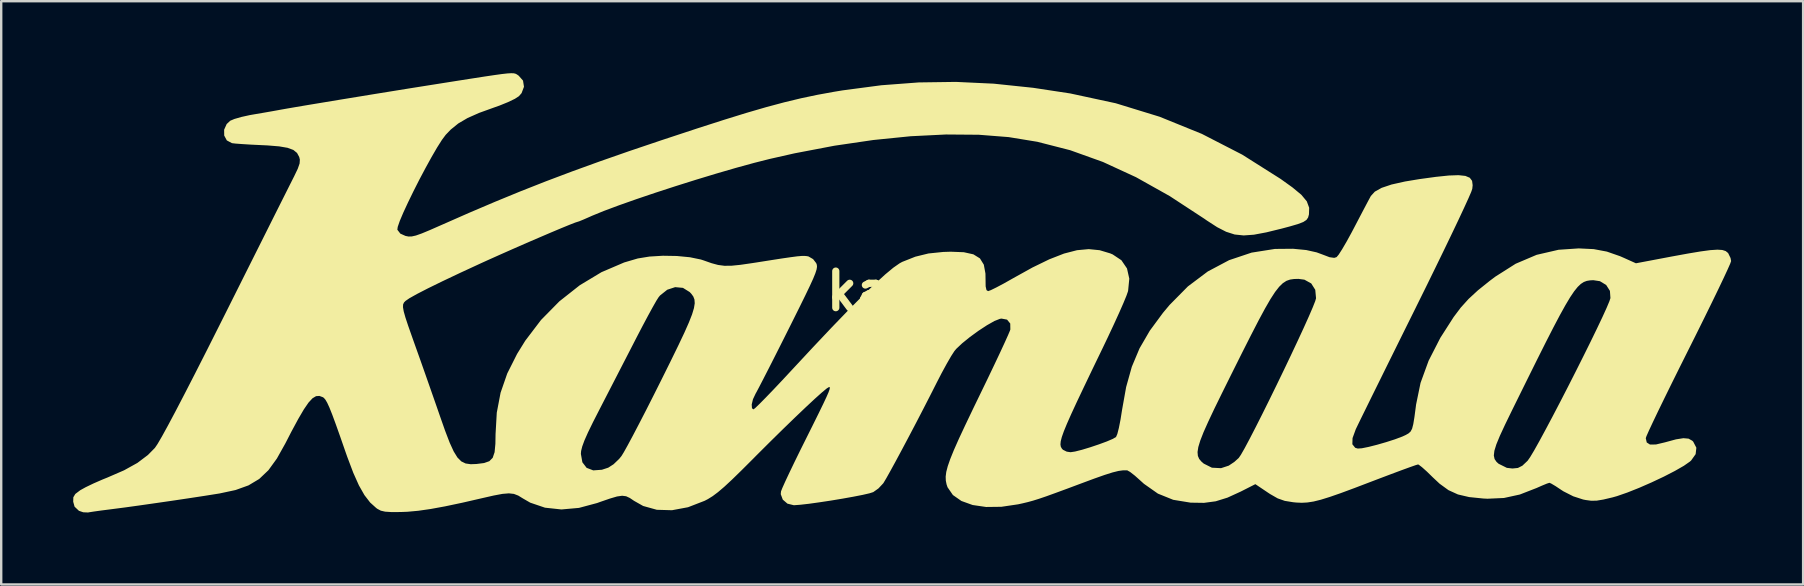
<source format=kicad_pcb>
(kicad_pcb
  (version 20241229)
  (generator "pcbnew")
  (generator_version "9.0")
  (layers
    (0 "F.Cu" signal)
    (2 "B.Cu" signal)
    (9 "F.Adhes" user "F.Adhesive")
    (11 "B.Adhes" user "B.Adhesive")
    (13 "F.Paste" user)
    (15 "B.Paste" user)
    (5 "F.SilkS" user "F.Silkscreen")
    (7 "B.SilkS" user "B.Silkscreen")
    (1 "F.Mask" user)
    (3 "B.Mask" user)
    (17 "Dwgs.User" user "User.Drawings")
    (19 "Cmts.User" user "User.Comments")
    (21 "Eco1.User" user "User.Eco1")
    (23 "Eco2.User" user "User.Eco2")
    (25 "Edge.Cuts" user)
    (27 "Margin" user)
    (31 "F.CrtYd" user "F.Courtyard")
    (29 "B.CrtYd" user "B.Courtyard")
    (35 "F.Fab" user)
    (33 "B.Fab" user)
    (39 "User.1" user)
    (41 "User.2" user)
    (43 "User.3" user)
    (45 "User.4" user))
  (footprint "kanda"
    (layer "F.Cu")
    (at 34.782 9.079)
    (property "Reference" "kanda" (at 0 0 0) (layer "F.SilkS") (effects (font (size 1.524 1.524) (thickness 0.3))))
    (attr board_only exclude_from_pos_files exclude_from_bom)
    (fp_poly (pts (xy -16.427 -9.075) (xy -16.356 -9.058) (xy -16.302 -9.031) (xy -16.25 -8.995) (xy -16.223 -8.976) (xy -16.042 -8.771) (xy -16.002 -8.514) (xy -16.102 -8.249) (xy -16.212 -8.122) (xy -16.381 -8.012) (xy -16.666 -7.875) (xy -17.02 -7.731) (xy -17.249 -7.65) (xy -17.869 -7.426) (xy -18.354 -7.211) (xy -18.739 -6.985) (xy -19.055 -6.729) (xy -19.264 -6.511) (xy -19.42 -6.301) (xy -19.621 -5.984) (xy -19.853 -5.585) (xy -20.103 -5.131) (xy -20.36 -4.647) (xy -20.608 -4.158) (xy -20.835 -3.691) (xy -21.029 -3.272) (xy -21.176 -2.925) (xy -21.262 -2.676) (xy -21.278 -2.558) (xy -21.153 -2.396) (xy -20.939 -2.3) (xy -20.813 -2.275) (xy -20.677 -2.278) (xy -20.503 -2.317) (xy -20.263 -2.402) (xy -19.928 -2.541) (xy -19.471 -2.742) (xy -19.434 -2.758) (xy -18.298 -3.258) (xy -17.213 -3.72) (xy -16.152 -4.156) (xy -15.089 -4.575) (xy -13.997 -4.987) (xy -12.849 -5.403) (xy -11.618 -5.833) (xy -10.279 -6.285) (xy -8.804 -6.772) (xy -8.73 -6.796) (xy -7.668 -7.137) (xy -6.737 -7.425) (xy -5.909 -7.666) (xy -5.157 -7.867) (xy -4.455 -8.036) (xy -3.775 -8.179) (xy -3.089 -8.304) (xy -2.727 -8.364) (xy -1.116 -8.577) (xy 0.445 -8.695) (xy 1.994 -8.717) (xy 3.57 -8.643) (xy 5.211 -8.471) (xy 6.756 -8.236) (xy 8.652 -7.827) (xy 10.482 -7.265) (xy 12.24 -6.551) (xy 13.922 -5.686) (xy 15.521 -4.675) (xy 16.016 -4.32) (xy 16.385 -4.014) (xy 16.612 -3.741) (xy 16.711 -3.473) (xy 16.702 -3.197) (xy 16.666 -3.066) (xy 16.597 -2.966) (xy 16.466 -2.88) (xy 16.246 -2.795) (xy 15.911 -2.697) (xy 15.566 -2.605) (xy 14.925 -2.448) (xy 14.409 -2.351) (xy 13.982 -2.32) (xy 13.607 -2.359) (xy 13.251 -2.473) (xy 12.877 -2.665) (xy 12.45 -2.941) (xy 12.341 -3.017) (xy 10.9 -3.96) (xy 9.498 -4.746) (xy 8.12 -5.381) (xy 6.754 -5.871) (xy 5.385 -6.222) (xy 4.191 -6.417) (xy 2.947 -6.515) (xy 1.579 -6.526) (xy 0.107 -6.453) (xy -1.449 -6.296) (xy -3.068 -6.058) (xy -4.73 -5.741) (xy -5.757 -5.509) (xy -6.417 -5.342) (xy -7.168 -5.136) (xy -7.983 -4.899) (xy -8.834 -4.641) (xy -9.695 -4.37) (xy -10.537 -4.096) (xy -11.332 -3.827) (xy -12.054 -3.572) (xy -12.675 -3.34) (xy -13.167 -3.139) (xy -13.274 -3.091) (xy -13.523 -2.982) (xy -13.704 -2.908) (xy -13.768 -2.888) (xy -13.871 -2.855) (xy -14.106 -2.763) (xy -14.45 -2.622) (xy -14.878 -2.442) (xy -15.369 -2.232) (xy -15.899 -2.004) (xy -16.444 -1.765) (xy -16.982 -1.527) (xy -17.489 -1.3) (xy -17.78 -1.168) (xy -18.652 -0.765) (xy -19.393 -0.414) (xy -19.998 -0.118) (xy -20.461 0.12) (xy -20.778 0.298) (xy -20.937 0.408) (xy -21.001 0.474) (xy -21.038 0.554) (xy -21.043 0.669) (xy -21.013 0.842) (xy -20.942 1.095) (xy -20.825 1.448) (xy -20.657 1.926) (xy -20.52 2.311) (xy -20.33 2.843) (xy -20.107 3.476) (xy -19.871 4.149) (xy -19.643 4.801) (xy -19.511 5.182) (xy -19.287 5.819) (xy -19.098 6.312) (xy -18.931 6.677) (xy -18.774 6.932) (xy -18.612 7.094) (xy -18.433 7.181) (xy -18.223 7.211) (xy -17.981 7.202) (xy -17.664 7.162) (xy -17.445 7.085) (xy -17.305 6.944) (xy -17.251 6.783) (xy -13.631 6.783) (xy -13.569 7.131) (xy -13.392 7.362) (xy -13.116 7.468) (xy -12.756 7.442) (xy -12.491 7.355) (xy -12.27 7.213) (xy -12.037 6.99) (xy -11.939 6.869) (xy -11.841 6.709) (xy -11.678 6.417) (xy -11.461 6.012) (xy -11.201 5.515) (xy -10.907 4.945) (xy -10.591 4.321) (xy -10.283 3.707) (xy -9.891 2.917) (xy -9.572 2.264) (xy -9.32 1.732) (xy -9.131 1.305) (xy -8.999 0.969) (xy -8.92 0.707) (xy -8.888 0.506) (xy -8.899 0.35) (xy -8.948 0.223) (xy -9.031 0.11) (xy -9.098 0.039) (xy -9.379 -0.136) (xy -9.703 -0.166) (xy -10.033 -0.058) (xy -10.333 0.181) (xy -10.394 0.255) (xy -10.484 0.396) (xy -10.635 0.661) (xy -10.832 1.021) (xy -11.06 1.449) (xy -11.301 1.911) (xy -11.597 2.487) (xy -11.94 3.152) (xy -12.297 3.845) (xy -12.636 4.503) (xy -12.837 4.893) (xy -13.124 5.454) (xy -13.336 5.889) (xy -13.483 6.221) (xy -13.575 6.471) (xy -13.622 6.661) (xy -13.631 6.783) (xy -17.251 6.783) (xy -17.226 6.711) (xy -17.193 6.359) (xy -17.186 5.955) (xy -17.135 5.062) (xy -16.977 4.233) (xy -16.699 3.431) (xy -16.289 2.616) (xy -15.947 2.063) (xy -15.291 1.201) (xy -14.528 0.426) (xy -13.679 -0.244) (xy -12.772 -0.79) (xy -11.829 -1.194) (xy -11.261 -1.361) (xy -10.775 -1.44) (xy -10.214 -1.474) (xy -9.633 -1.464) (xy -9.087 -1.411) (xy -8.631 -1.317) (xy -8.509 -1.277) (xy -8.188 -1.164) (xy -7.917 -1.091) (xy -7.654 -1.056) (xy -7.359 -1.058) (xy -6.99 -1.095) (xy -6.507 -1.165) (xy -6.35 -1.189) (xy -5.723 -1.288) (xy -5.241 -1.363) (xy -4.881 -1.415) (xy -4.622 -1.449) (xy -4.439 -1.465) (xy -4.311 -1.467) (xy -4.216 -1.458) (xy -4.149 -1.445) (xy -3.957 -1.334) (xy -3.827 -1.166) (xy -3.801 -1.096) (xy -3.794 -1.013) (xy -3.812 -0.901) (xy -3.863 -0.742) (xy -3.953 -0.52) (xy -4.091 -0.218) (xy -4.282 0.18) (xy -4.534 0.692) (xy -4.854 1.334) (xy -4.951 1.528) (xy -5.257 2.138) (xy -5.546 2.711) (xy -5.807 3.225) (xy -6.03 3.66) (xy -6.204 3.996) (xy -6.318 4.211) (xy -6.351 4.269) (xy -6.462 4.504) (xy -6.514 4.723) (xy -6.503 4.88) (xy -6.44 4.927) (xy -6.364 4.867) (xy -6.189 4.699) (xy -5.932 4.438) (xy -5.608 4.102) (xy -5.234 3.706) (xy -4.87 3.315) (xy -3.971 2.349) (xy -3.177 1.508) (xy -2.482 0.788) (xy -1.884 0.184) (xy -1.376 -0.308) (xy -0.955 -0.693) (xy -0.616 -0.975) (xy -0.354 -1.158) (xy -0.244 -1.218) (xy 0.303 -1.435) (xy 0.85 -1.569) (xy 1.464 -1.632) (xy 1.778 -1.642) (xy 2.322 -1.621) (xy 2.721 -1.533) (xy 2.994 -1.364) (xy 3.156 -1.102) (xy 3.224 -0.733) (xy 3.228 -0.495) (xy 3.232 -0.199) (xy 3.267 -0.043) (xy 3.333 0) (xy 3.448 -0.041) (xy 3.675 -0.152) (xy 3.985 -0.316) (xy 4.343 -0.518) (xy 4.371 -0.534) (xy 5.182 -0.984) (xy 5.885 -1.326) (xy 6.498 -1.565) (xy 7.039 -1.705) (xy 7.527 -1.75) (xy 7.981 -1.705) (xy 8.418 -1.574) (xy 8.523 -1.53) (xy 8.888 -1.287) (xy 9.121 -0.945) (xy 9.217 -0.518) (xy 9.168 -0.02) (xy 9.158 0.021) (xy 9.096 0.197) (xy 8.971 0.5) (xy 8.793 0.905) (xy 8.573 1.387) (xy 8.323 1.921) (xy 8.103 2.381) (xy 7.677 3.262) (xy 7.322 4.004) (xy 7.03 4.619) (xy 6.798 5.121) (xy 6.62 5.523) (xy 6.491 5.837) (xy 6.406 6.077) (xy 6.36 6.256) (xy 6.348 6.387) (xy 6.364 6.482) (xy 6.405 6.556) (xy 6.452 6.609) (xy 6.611 6.688) (xy 6.769 6.711) (xy 6.817 6.704) (xy 12.06 6.704) (xy 12.074 6.864) (xy 12.128 6.99) (xy 12.218 7.098) (xy 12.319 7.186) (xy 12.658 7.356) (xy 13.038 7.376) (xy 13.36 7.271) (xy 13.592 7.116) (xy 13.775 6.952) (xy 13.846 6.848) (xy 24.404 6.848) (xy 24.435 6.995) (xy 24.515 7.112) (xy 24.603 7.192) (xy 24.947 7.363) (xy 25.18 7.39) (xy 25.407 7.367) (xy 25.592 7.274) (xy 25.802 7.076) (xy 25.815 7.062) (xy 25.917 6.916) (xy 26.083 6.639) (xy 26.301 6.25) (xy 26.561 5.769) (xy 26.854 5.218) (xy 27.168 4.616) (xy 27.494 3.983) (xy 27.82 3.341) (xy 28.137 2.709) (xy 28.435 2.108) (xy 28.702 1.558) (xy 28.929 1.08) (xy 29.105 0.693) (xy 29.22 0.419) (xy 29.262 0.29) (xy 29.241 -0.01) (xy 29.085 -0.256) (xy 28.824 -0.414) (xy 28.548 -0.456) (xy 28.408 -0.448) (xy 28.279 -0.427) (xy 28.155 -0.381) (xy 28.03 -0.301) (xy 27.898 -0.175) (xy 27.751 0.007) (xy 27.583 0.256) (xy 27.389 0.581) (xy 27.16 0.993) (xy 26.89 1.504) (xy 26.574 2.122) (xy 26.204 2.86) (xy 25.774 3.727) (xy 25.277 4.733) (xy 25.162 4.966) (xy 24.872 5.562) (xy 24.656 6.028) (xy 24.509 6.385) (xy 24.427 6.651) (xy 24.404 6.848) (xy 13.846 6.848) (xy 13.869 6.814) (xy 14.024 6.543) (xy 14.228 6.16) (xy 14.473 5.686) (xy 14.749 5.14) (xy 15.045 4.544) (xy 15.351 3.919) (xy 15.659 3.283) (xy 15.957 2.658) (xy 16.236 2.065) (xy 16.486 1.524) (xy 16.697 1.055) (xy 16.859 0.679) (xy 16.963 0.416) (xy 16.997 0.297) (xy 16.965 -0.054) (xy 16.797 -0.32) (xy 16.513 -0.477) (xy 16.264 -0.51) (xy 16.081 -0.505) (xy 15.917 -0.482) (xy 15.765 -0.429) (xy 15.616 -0.333) (xy 15.461 -0.182) (xy 15.291 0.035) (xy 15.098 0.332) (xy 14.874 0.72) (xy 14.609 1.211) (xy 14.295 1.819) (xy 13.923 2.554) (xy 13.491 3.419) (xy 13.092 4.223) (xy 12.764 4.892) (xy 12.506 5.439) (xy 12.31 5.878) (xy 12.174 6.226) (xy 12.092 6.496) (xy 12.06 6.704) (xy 6.817 6.704) (xy 6.956 6.683) (xy 7.245 6.61) (xy 7.591 6.505) (xy 7.951 6.384) (xy 8.28 6.263) (xy 8.532 6.155) (xy 8.664 6.077) (xy 8.718 5.953) (xy 8.783 5.698) (xy 8.852 5.349) (xy 8.914 4.957) (xy 9.086 3.994) (xy 9.322 3.151) (xy 9.644 2.384) (xy 10.071 1.649) (xy 10.622 0.902) (xy 10.896 0.575) (xy 11.658 -0.196) (xy 12.487 -0.819) (xy 13.375 -1.29) (xy 14.311 -1.604) (xy 15.285 -1.758) (xy 16.038 -1.765) (xy 16.587 -1.712) (xy 17.022 -1.615) (xy 17.261 -1.527) (xy 17.56 -1.413) (xy 17.754 -1.386) (xy 17.853 -1.417) (xy 17.94 -1.52) (xy 18.085 -1.746) (xy 18.272 -2.066) (xy 18.483 -2.451) (xy 18.584 -2.643) (xy 18.8 -3.056) (xy 18.995 -3.428) (xy 19.153 -3.727) (xy 19.257 -3.92) (xy 19.281 -3.964) (xy 19.447 -4.145) (xy 19.73 -4.303) (xy 20.144 -4.442) (xy 20.702 -4.567) (xy 21.305 -4.667) (xy 21.992 -4.761) (xy 22.53 -4.817) (xy 22.934 -4.831) (xy 23.22 -4.8) (xy 23.402 -4.723) (xy 23.498 -4.595) (xy 23.522 -4.414) (xy 23.506 -4.26) (xy 23.461 -4.131) (xy 23.346 -3.866) (xy 23.168 -3.476) (xy 22.935 -2.978) (xy 22.652 -2.384) (xy 22.327 -1.709) (xy 21.966 -0.967) (xy 21.577 -0.172) (xy 21.165 0.661) (xy 21.159 0.674) (xy 20.742 1.514) (xy 20.343 2.32) (xy 19.969 3.076) (xy 19.627 3.769) (xy 19.324 4.382) (xy 19.068 4.903) (xy 18.865 5.315) (xy 18.724 5.605) (xy 18.652 5.755) (xy 18.518 6.123) (xy 18.51 6.38) (xy 18.629 6.527) (xy 18.737 6.559) (xy 18.905 6.547) (xy 19.188 6.49) (xy 19.542 6.4) (xy 19.923 6.29) (xy 20.287 6.173) (xy 20.589 6.06) (xy 20.733 5.994) (xy 20.851 5.927) (xy 20.936 5.85) (xy 20.999 5.732) (xy 21.048 5.542) (xy 21.096 5.251) (xy 21.152 4.828) (xy 21.165 4.726) (xy 21.351 3.823) (xy 21.687 2.9) (xy 22.175 1.946) (xy 22.73 1.08) (xy 23.028 0.684) (xy 23.353 0.325) (xy 23.741 -0.033) (xy 24.228 -0.424) (xy 24.469 -0.605) (xy 25.314 -1.141) (xy 26.187 -1.512) (xy 27.101 -1.723) (xy 27.94 -1.78) (xy 28.566 -1.75) (xy 29.113 -1.647) (xy 29.664 -1.455) (xy 29.831 -1.382) (xy 30.324 -1.16) (xy 31.82 -1.443) (xy 32.493 -1.566) (xy 33.021 -1.654) (xy 33.422 -1.708) (xy 33.717 -1.727) (xy 33.924 -1.714) (xy 34.064 -1.669) (xy 34.156 -1.594) (xy 34.17 -1.577) (xy 34.266 -1.38) (xy 34.29 -1.253) (xy 34.253 -1.147) (xy 34.146 -0.905) (xy 33.978 -0.543) (xy 33.756 -0.077) (xy 33.487 0.477) (xy 33.179 1.105) (xy 32.84 1.789) (xy 32.512 2.445) (xy 32.151 3.167) (xy 31.814 3.846) (xy 31.51 4.465) (xy 31.245 5.009) (xy 31.028 5.464) (xy 30.865 5.812) (xy 30.765 6.038) (xy 30.734 6.125) (xy 30.775 6.305) (xy 30.91 6.392) (xy 31.158 6.389) (xy 31.534 6.3) (xy 31.563 6.292) (xy 31.994 6.175) (xy 32.302 6.127) (xy 32.518 6.146) (xy 32.672 6.233) (xy 32.711 6.272) (xy 32.842 6.524) (xy 32.812 6.792) (xy 32.624 7.056) (xy 32.575 7.1) (xy 32.323 7.276) (xy 31.948 7.491) (xy 31.488 7.728) (xy 30.979 7.968) (xy 30.46 8.195) (xy 29.967 8.391) (xy 29.538 8.54) (xy 29.35 8.593) (xy 28.968 8.683) (xy 28.692 8.729) (xy 28.464 8.734) (xy 28.227 8.702) (xy 28.123 8.681) (xy 27.713 8.548) (xy 27.305 8.341) (xy 27.215 8.283) (xy 26.979 8.126) (xy 26.799 8.019) (xy 26.722 7.985) (xy 26.617 8.018) (xy 26.408 8.104) (xy 26.184 8.203) (xy 25.487 8.474) (xy 24.826 8.618) (xy 24.139 8.649) (xy 23.961 8.64) (xy 23.375 8.58) (xy 22.909 8.471) (xy 22.515 8.292) (xy 22.146 8.024) (xy 21.862 7.758) (xy 21.616 7.518) (xy 21.41 7.334) (xy 21.276 7.232) (xy 21.247 7.221) (xy 21.148 7.25) (xy 20.914 7.332) (xy 20.568 7.458) (xy 20.134 7.62) (xy 19.634 7.809) (xy 19.311 7.932) (xy 18.603 8.202) (xy 18.029 8.415) (xy 17.568 8.575) (xy 17.198 8.69) (xy 16.895 8.765) (xy 16.639 8.805) (xy 16.406 8.818) (xy 16.174 8.808) (xy 16.044 8.795) (xy 15.693 8.738) (xy 15.398 8.634) (xy 15.08 8.452) (xy 14.985 8.389) (xy 14.469 8.042) (xy 13.86 8.351) (xy 13.307 8.604) (xy 12.817 8.756) (xy 12.33 8.821) (xy 11.783 8.813) (xy 11.767 8.812) (xy 11.047 8.694) (xy 10.41 8.437) (xy 9.828 8.028) (xy 9.684 7.898) (xy 9.45 7.689) (xy 9.253 7.535) (xy 9.133 7.467) (xy 9.128 7.466) (xy 8.964 7.465) (xy 8.77 7.491) (xy 8.52 7.553) (xy 8.188 7.658) (xy 7.749 7.813) (xy 7.24 8.002) (xy 6.622 8.233) (xy 6.136 8.412) (xy 5.757 8.549) (xy 5.457 8.651) (xy 5.211 8.728) (xy 4.993 8.788) (xy 4.776 8.84) (xy 4.585 8.882) (xy 3.889 8.985) (xy 3.251 8.993) (xy 2.69 8.911) (xy 2.223 8.743) (xy 1.868 8.495) (xy 1.645 8.172) (xy 1.604 8.051) (xy 1.573 7.897) (xy 1.567 7.729) (xy 1.591 7.534) (xy 1.653 7.295) (xy 1.757 6.996) (xy 1.909 6.621) (xy 2.116 6.154) (xy 2.384 5.581) (xy 2.717 4.884) (xy 3.026 4.247) (xy 3.318 3.644) (xy 3.587 3.081) (xy 3.824 2.58) (xy 4.019 2.159) (xy 4.163 1.84) (xy 4.246 1.644) (xy 4.261 1.598) (xy 4.257 1.35) (xy 4.124 1.187) (xy 3.892 1.144) (xy 3.825 1.155) (xy 3.598 1.245) (xy 3.287 1.421) (xy 2.931 1.654) (xy 2.573 1.915) (xy 2.252 2.175) (xy 2.009 2.404) (xy 1.929 2.5) (xy 1.794 2.709) (xy 1.609 3.029) (xy 1.397 3.418) (xy 1.183 3.833) (xy 1.167 3.865) (xy 0.911 4.37) (xy 0.629 4.919) (xy 0.334 5.488) (xy 0.037 6.053) (xy -0.248 6.59) (xy -0.509 7.076) (xy -0.734 7.487) (xy -0.908 7.798) (xy -1.021 7.987) (xy -1.035 8.008) (xy -1.234 8.22) (xy -1.45 8.373) (xy -1.606 8.423) (xy -1.894 8.489) (xy -2.282 8.565) (xy -2.733 8.646) (xy -3.215 8.726) (xy -3.691 8.798) (xy -4.127 8.859) (xy -4.489 8.9) (xy -4.742 8.919) (xy -4.763 8.919) (xy -5.026 8.854) (xy -5.22 8.686) (xy -5.304 8.459) (xy -5.293 8.342) (xy -5.24 8.206) (xy -5.122 7.942) (xy -4.949 7.574) (xy -4.734 7.126) (xy -4.487 6.622) (xy -4.306 6.259) (xy -3.982 5.609) (xy -3.727 5.094) (xy -3.535 4.7) (xy -3.399 4.41) (xy -3.312 4.211) (xy -3.268 4.085) (xy -3.259 4.018) (xy -3.278 3.994) (xy -3.288 3.993) (xy -3.384 4.051) (xy -3.587 4.219) (xy -3.883 4.484) (xy -4.26 4.835) (xy -4.705 5.259) (xy -5.206 5.744) (xy -5.75 6.279) (xy -6.325 6.852) (xy -6.443 6.972) (xy -6.938 7.466) (xy -7.336 7.854) (xy -7.656 8.151) (xy -7.918 8.374) (xy -8.139 8.54) (xy -8.34 8.665) (xy -8.475 8.735) (xy -9.166 9.003) (xy -9.836 9.128) (xy -10.466 9.11) (xy -11.037 8.951) (xy -11.414 8.738) (xy -11.592 8.618) (xy -11.746 8.546) (xy -11.913 8.525) (xy -12.125 8.555) (xy -12.418 8.641) (xy -12.827 8.782) (xy -12.954 8.828) (xy -13.711 9.031) (xy -14.442 9.096) (xy -15.127 9.022) (xy -15.742 8.813) (xy -16.05 8.635) (xy -16.24 8.518) (xy -16.422 8.448) (xy -16.63 8.425) (xy -16.899 8.447) (xy -17.265 8.516) (xy -17.709 8.617) (xy -18.566 8.814) (xy -19.286 8.966) (xy -19.891 9.077) (xy -20.406 9.151) (xy -20.854 9.192) (xy -21.139 9.203) (xy -21.525 9.205) (xy -21.786 9.188) (xy -21.965 9.147) (xy -22.107 9.072) (xy -22.155 9.038) (xy -22.412 8.806) (xy -22.649 8.498) (xy -22.879 8.093) (xy -23.113 7.57) (xy -23.364 6.906) (xy -23.426 6.731) (xy -23.658 6.064) (xy -23.844 5.541) (xy -23.991 5.143) (xy -24.107 4.852) (xy -24.199 4.652) (xy -24.274 4.523) (xy -24.34 4.447) (xy -24.381 4.419) (xy -24.525 4.366) (xy -24.665 4.376) (xy -24.812 4.464) (xy -24.977 4.642) (xy -25.171 4.924) (xy -25.405 5.323) (xy -25.691 5.853) (xy -25.944 6.345) (xy -26.297 6.975) (xy -26.649 7.461) (xy -27.033 7.826) (xy -27.479 8.093) (xy -28.019 8.287) (xy -28.682 8.429) (xy -28.744 8.439) (xy -29.303 8.528) (xy -29.951 8.627) (xy -30.647 8.731) (xy -31.352 8.833) (xy -32.023 8.929) (xy -32.622 9.012) (xy -33.107 9.075) (xy -33.232 9.091) (xy -33.592 9.137) (xy -33.903 9.18) (xy -34.116 9.213) (xy -34.163 9.222) (xy -34.364 9.214) (xy -34.544 9.152) (xy -34.725 8.98) (xy -34.782 8.774) (xy -34.777 8.588) (xy -34.694 8.45) (xy -34.496 8.3) (xy -34.486 8.293) (xy -34.264 8.17) (xy -33.938 8.013) (xy -33.56 7.848) (xy -33.359 7.767) (xy -32.663 7.465) (xy -32.109 7.158) (xy -31.67 6.827) (xy -31.379 6.532) (xy -31.269 6.37) (xy -31.088 6.06) (xy -30.839 5.607) (xy -30.524 5.016) (xy -30.146 4.29) (xy -29.707 3.436) (xy -29.21 2.458) (xy -28.658 1.361) (xy -28.465 0.977) (xy -28.019 0.086) (xy -27.589 -0.773) (xy -27.181 -1.587) (xy -26.803 -2.341) (xy -26.463 -3.021) (xy -26.166 -3.613) (xy -25.92 -4.102) (xy -25.733 -4.475) (xy -25.611 -4.717) (xy -25.578 -4.782) (xy -25.426 -5.1) (xy -25.35 -5.317) (xy -25.339 -5.479) (xy -25.366 -5.589) (xy -25.457 -5.757) (xy -25.61 -5.882) (xy -25.851 -5.971) (xy -26.203 -6.031) (xy -26.689 -6.071) (xy -26.944 -6.083) (xy -27.363 -6.103) (xy -27.735 -6.126) (xy -28.018 -6.147) (xy -28.17 -6.165) (xy -28.382 -6.279) (xy -28.491 -6.482) (xy -28.494 -6.726) (xy -28.388 -6.961) (xy -28.242 -7.098) (xy -28.067 -7.172) (xy -27.776 -7.256) (xy -27.423 -7.334) (xy -27.291 -7.357) (xy -26.898 -7.424) (xy -26.519 -7.49) (xy -26.22 -7.544) (xy -26.162 -7.555) (xy -25.903 -7.601) (xy -25.502 -7.67) (xy -24.981 -7.758) (xy -24.365 -7.86) (xy -23.678 -7.974) (xy -22.944 -8.094) (xy -22.187 -8.218) (xy -21.432 -8.34) (xy -20.702 -8.458) (xy -20.021 -8.566) (xy -19.643 -8.626) (xy -18.829 -8.755) (xy -18.166 -8.859) (xy -17.638 -8.941) (xy -17.227 -9.002) (xy -16.917 -9.045) (xy -16.691 -9.07) (xy -16.533 -9.079)) (stroke (width 0) (type solid)) (fill yes) (layer "F.SilkS")))
  (gr_rect
    (start -3 -3)
    (end 72.072 21.301)
    (stroke (width 0.1) (type default))
    (fill no)
    (layer "Edge.Cuts")))
</source>
